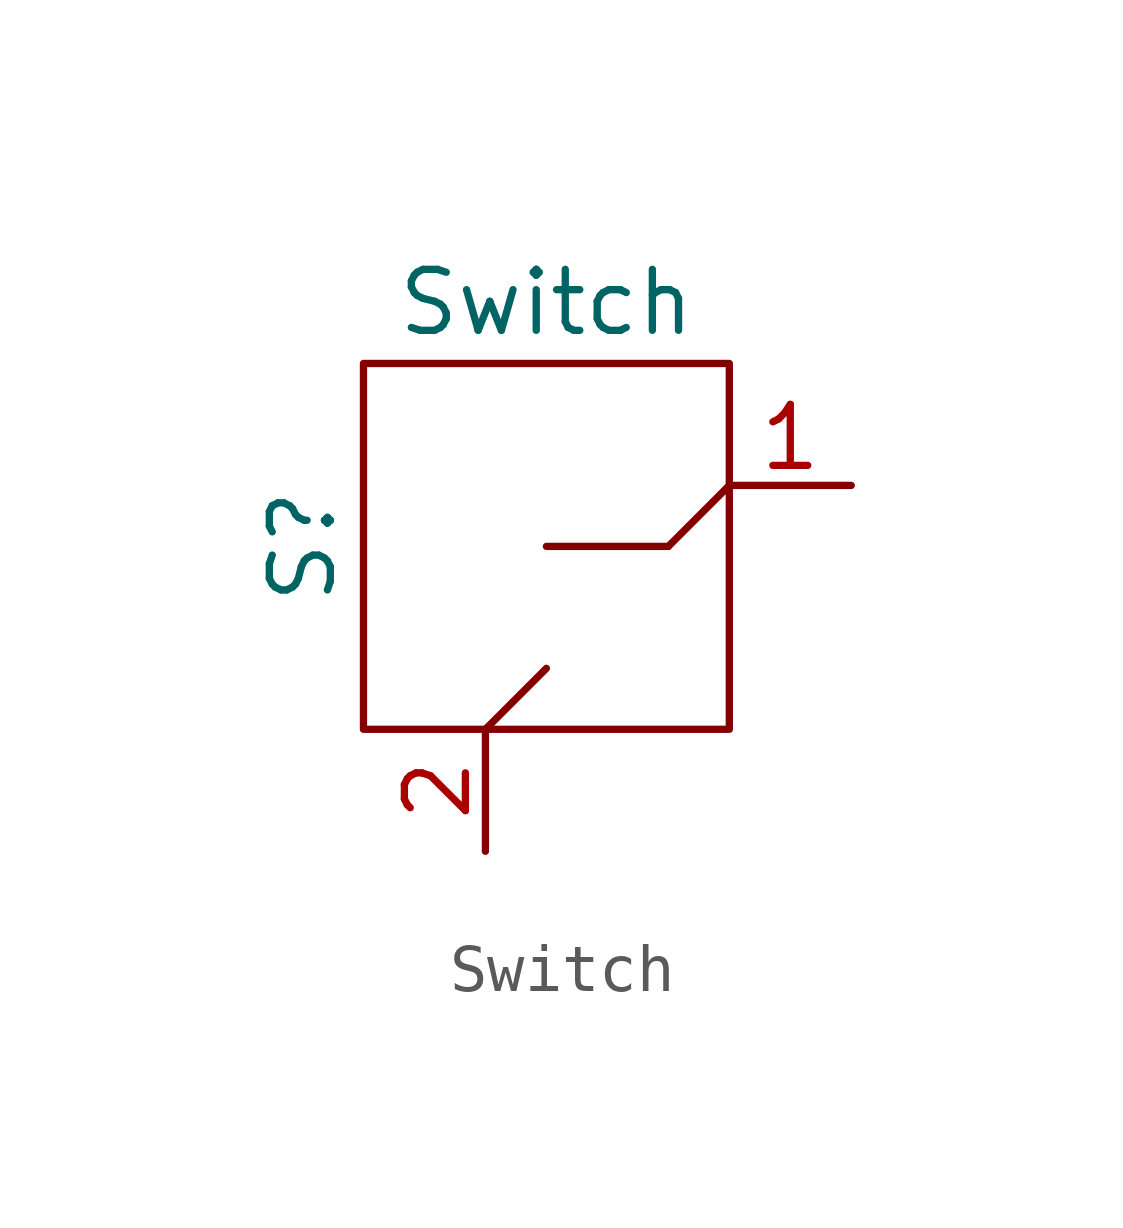
<source format=kicad_sym>
(kicad_symbol_lib
  (version 20211014)
  (generator kicad_symbol_editor)
  (symbol "Switch"
    (property "Reference" "S"
      (at -5.08 0 90)
      (effects (font (size 1.27 1.27))))
    (property "Value" "Switch"
      (at 0 5.08 0)
      (effects (font (size 1.27 1.27))))
    (symbol "Switch_0_1"
      (rectangle (start -3.81 3.81) (end 3.81 -3.81) (stroke (width 0.152) (type default) (color 0 0 0 0)) (fill (type none)))
      (polyline (pts (xy -1.27 -3.81) (xy 0 -2.54)) (stroke (width 0.152) (type default) (color 0 0 0 0)) (fill (type none)))
      (polyline (pts (xy 2.54 0) (xy 0 0)) (stroke (width 0.152) (type default) (color 0 0 0 0)) (fill (type none)))
      (polyline (pts (xy 3.81 1.27) (xy 2.54 0)) (stroke (width 0.152) (type default) (color 0 0 0 0)) (fill (type none))))
    (symbol "Switch_1_1"
      (pin bidirectional line (at 6.35 1.27 180) (length 2.54) (name "" (effects (font (size 1.27 1.27)))) (number "1" (effects (font (size 1.27 1.27)))))
      (pin bidirectional line (at -1.27 -6.35 90) (length 2.54) (name "" (effects (font (size 1.27 1.27)))) (number "2" (effects (font (size 1.27 1.27))))))))
</source>
